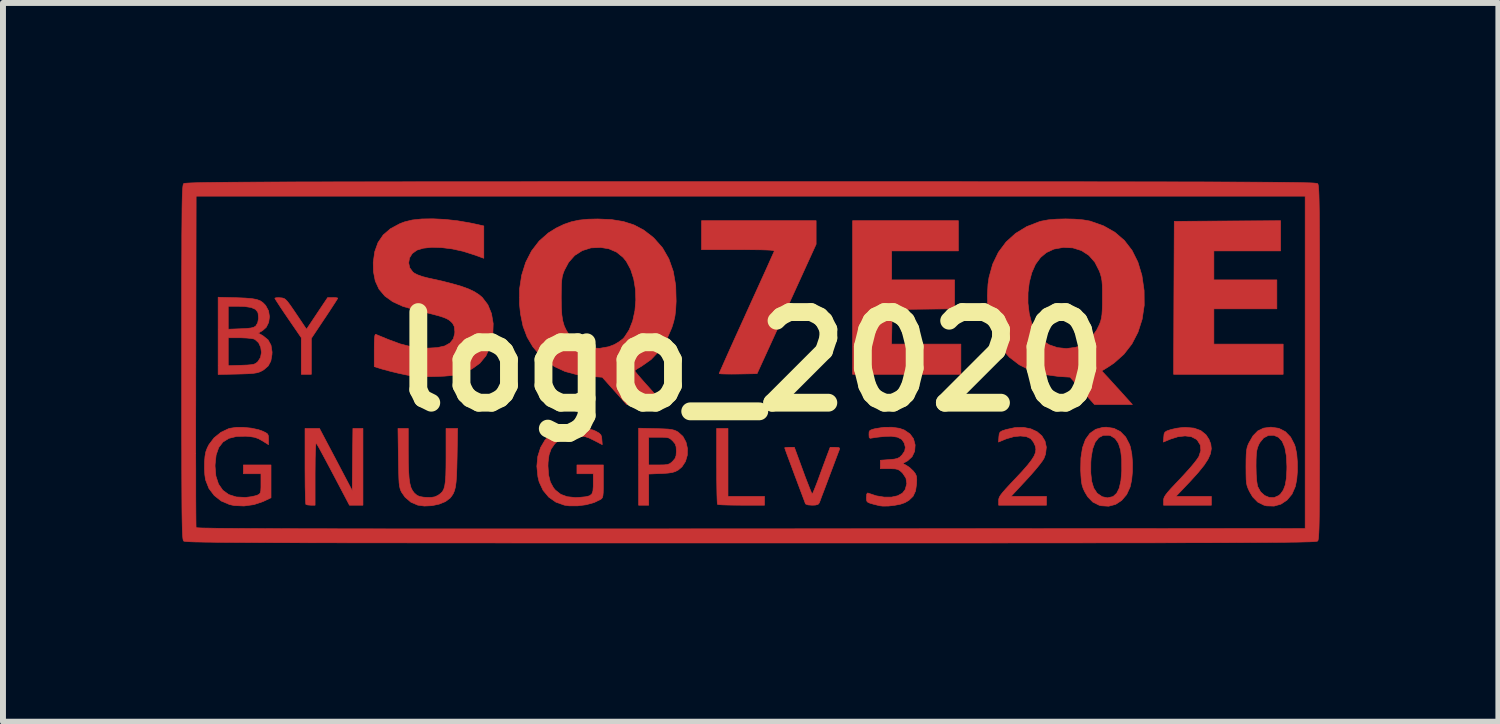
<source format=kicad_pcb>
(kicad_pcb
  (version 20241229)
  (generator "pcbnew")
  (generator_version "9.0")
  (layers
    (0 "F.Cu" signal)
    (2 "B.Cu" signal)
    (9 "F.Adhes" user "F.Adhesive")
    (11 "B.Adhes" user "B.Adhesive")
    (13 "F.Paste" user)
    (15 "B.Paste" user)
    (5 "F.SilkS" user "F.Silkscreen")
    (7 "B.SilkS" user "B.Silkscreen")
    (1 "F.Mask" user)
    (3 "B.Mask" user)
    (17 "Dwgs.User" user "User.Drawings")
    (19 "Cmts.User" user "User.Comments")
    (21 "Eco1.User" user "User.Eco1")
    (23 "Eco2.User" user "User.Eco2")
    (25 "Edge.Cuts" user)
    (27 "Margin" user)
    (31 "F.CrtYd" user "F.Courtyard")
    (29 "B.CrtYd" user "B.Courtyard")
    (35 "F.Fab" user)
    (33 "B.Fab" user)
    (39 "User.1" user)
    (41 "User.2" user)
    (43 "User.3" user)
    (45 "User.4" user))
  (footprint "logo_2020"
    (layer "F.Cu")
    (at 9.572 3.032)
    (property "Reference" "logo_2020" (at 0 0 0) (layer "F.SilkS") (effects (font (size 1.524 1.524) (thickness 0.3))))
    (attr through_hole)
    (fp_poly (pts (xy 3.493 -1.863) (xy 2.371 -1.863) (xy 2.371 -1.376) (xy 3.429 -1.376) (xy 3.429 -0.89) (xy 2.905 -0.884) (xy 2.381 -0.878) (xy 2.369 -0.296) (xy 3.535 -0.296) (xy 3.535 0.212) (xy 1.714 0.212) (xy 1.714 -2.371) (xy 3.493 -2.371) (xy 3.493 -1.863)) (stroke (width 0.01) (type solid)) (fill yes) (layer "F.Cu"))
    (fp_poly (pts (xy 8.911 -1.863) (xy 7.789 -1.863) (xy 7.789 -1.376) (xy 8.848 -1.376) (xy 8.848 -0.889) (xy 7.789 -0.889) (xy 7.789 -0.296) (xy 8.954 -0.296) (xy 8.954 0.212) (xy 7.112 0.212) (xy 7.117 -1.074) (xy 7.123 -2.36) (xy 8.017 -2.366) (xy 8.911 -2.371) (xy 8.911 -1.863)) (stroke (width 0.01) (type solid)) (fill yes) (layer "F.Cu"))
    (fp_poly (pts (xy -0.381 2.265) (xy 0.233 2.265) (xy 0.233 2.413) (xy -0.155 2.413) (xy -0.279 2.412) (xy -0.389 2.41) (xy -0.476 2.407) (xy -0.535 2.403) (xy -0.557 2.399) (xy -0.561 2.375) (xy -0.564 2.314) (xy -0.567 2.221) (xy -0.569 2.103) (xy -0.571 1.963) (xy -0.571 1.807) (xy -0.572 1.753) (xy -0.572 1.122) (xy -0.381 1.122) (xy -0.381 2.265)) (stroke (width 0.01) (type solid)) (fill yes) (layer "F.Cu"))
    (fp_poly (pts (xy -6.974 -1.077) (xy -6.945 -1.071) (xy -6.943 -1.069) (xy -6.954 -1.048) (xy -6.985 -0.999) (xy -7.033 -0.925) (xy -7.093 -0.833) (xy -7.162 -0.729) (xy -7.165 -0.725) (xy -7.387 -0.392) (xy -7.387 0.212) (xy -7.556 0.212) (xy -7.556 -0.404) (xy -7.779 -0.729) (xy -7.849 -0.832) (xy -7.91 -0.923) (xy -7.958 -0.997) (xy -7.99 -1.047) (xy -8.001 -1.068) (xy -7.982 -1.075) (xy -7.935 -1.077) (xy -7.911 -1.075) (xy -7.876 -1.072) (xy -7.847 -1.064) (xy -7.82 -1.046) (xy -7.788 -1.012) (xy -7.747 -0.958) (xy -7.691 -0.877) (xy -7.644 -0.808) (xy -7.468 -0.546) (xy -7.29 -0.813) (xy -7.112 -1.079) (xy -7.027 -1.079) (xy -6.974 -1.077)) (stroke (width 0.01) (type solid)) (fill yes) (layer "F.Cu"))
    (fp_poly (pts (xy -6.519 2.413) (xy -6.746 2.413) (xy -7.016 1.9) (xy -7.088 1.764) (xy -7.154 1.64) (xy -7.211 1.534) (xy -7.257 1.449) (xy -7.29 1.392) (xy -7.305 1.367) (xy -7.305 1.366) (xy -7.31 1.381) (xy -7.315 1.433) (xy -7.319 1.518) (xy -7.322 1.631) (xy -7.323 1.767) (xy -7.324 1.88) (xy -7.324 2.413) (xy -7.394 2.413) (xy -7.447 2.409) (xy -7.478 2.4) (xy -7.479 2.399) (xy -7.482 2.375) (xy -7.486 2.314) (xy -7.488 2.221) (xy -7.491 2.103) (xy -7.492 1.963) (xy -7.493 1.807) (xy -7.493 1.753) (xy -7.493 1.122) (xy -7.371 1.122) (xy -7.25 1.122) (xy -6.974 1.645) (xy -6.699 2.168) (xy -6.694 1.645) (xy -6.688 1.122) (xy -6.519 1.122) (xy -6.519 2.413)) (stroke (width 0.01) (type solid)) (fill yes) (layer "F.Cu"))
    (fp_poly (pts (xy 1.101 -1.975) (xy 0.605 -0.887) (xy 0.108 0.201) (xy -0.21 0.207) (xy -0.321 0.208) (xy -0.415 0.207) (xy -0.485 0.205) (xy -0.524 0.201) (xy -0.529 0.199) (xy -0.521 0.177) (xy -0.496 0.121) (xy -0.457 0.033) (xy -0.406 -0.082) (xy -0.344 -0.221) (xy -0.272 -0.381) (xy -0.192 -0.557) (xy -0.106 -0.746) (xy -0.072 -0.822) (xy 0.016 -1.016) (xy 0.099 -1.198) (xy 0.175 -1.366) (xy 0.243 -1.515) (xy 0.3 -1.642) (xy 0.345 -1.743) (xy 0.377 -1.814) (xy 0.394 -1.851) (xy 0.396 -1.856) (xy 0.392 -1.864) (xy 0.372 -1.871) (xy 0.33 -1.876) (xy 0.264 -1.879) (xy 0.169 -1.882) (xy 0.042 -1.883) (xy -0.123 -1.884) (xy -0.209 -1.884) (xy -0.826 -1.884) (xy -0.826 -2.371) (xy 1.101 -2.371) (xy 1.101 -1.975)) (stroke (width 0.01) (type solid)) (fill yes) (layer "F.Cu"))
    (fp_poly (pts (xy -1.593 1.125) (xy -1.474 1.129) (xy -1.388 1.133) (xy -1.327 1.141) (xy -1.283 1.152) (xy -1.246 1.168) (xy -1.22 1.183) (xy -1.139 1.256) (xy -1.087 1.352) (xy -1.062 1.46) (xy -1.065 1.572) (xy -1.096 1.678) (xy -1.155 1.768) (xy -1.219 1.822) (xy -1.267 1.847) (xy -1.319 1.863) (xy -1.389 1.873) (xy -1.487 1.88) (xy -1.508 1.88) (xy -1.714 1.889) (xy -1.714 2.413) (xy -1.884 2.413) (xy -1.884 1.27) (xy -1.714 1.27) (xy -1.714 1.736) (xy -1.544 1.736) (xy -1.457 1.735) (xy -1.401 1.729) (xy -1.363 1.716) (xy -1.331 1.693) (xy -1.311 1.674) (xy -1.272 1.628) (xy -1.254 1.579) (xy -1.249 1.51) (xy -1.249 1.503) (xy -1.253 1.431) (xy -1.27 1.381) (xy -1.307 1.336) (xy -1.311 1.332) (xy -1.345 1.301) (xy -1.378 1.282) (xy -1.422 1.273) (xy -1.49 1.27) (xy -1.544 1.27) (xy -1.714 1.27) (xy -1.884 1.27) (xy -1.884 1.118) (xy -1.593 1.125)) (stroke (width 0.01) (type solid)) (fill yes) (layer "F.Cu"))
    (fp_poly (pts (xy 7.456 1.117) (xy 7.569 1.158) (xy 7.655 1.227) (xy 7.706 1.304) (xy 7.737 1.384) (xy 7.746 1.463) (xy 7.732 1.547) (xy 7.691 1.639) (xy 7.623 1.743) (xy 7.525 1.864) (xy 7.396 2.007) (xy 7.391 2.012) (xy 7.151 2.265) (xy 7.747 2.265) (xy 7.747 2.413) (xy 6.943 2.413) (xy 6.943 2.337) (xy 6.945 2.308) (xy 6.955 2.277) (xy 6.977 2.241) (xy 7.013 2.194) (xy 7.069 2.131) (xy 7.149 2.046) (xy 7.218 1.974) (xy 7.308 1.876) (xy 7.392 1.783) (xy 7.462 1.699) (xy 7.512 1.633) (xy 7.537 1.594) (xy 7.57 1.492) (xy 7.561 1.401) (xy 7.513 1.323) (xy 7.491 1.303) (xy 7.41 1.261) (xy 7.305 1.248) (xy 7.183 1.262) (xy 7.063 1.3) (xy 6.94 1.351) (xy 6.947 1.263) (xy 6.952 1.214) (xy 6.967 1.184) (xy 7 1.163) (xy 7.063 1.142) (xy 7.07 1.14) (xy 7.161 1.119) (xy 7.264 1.106) (xy 7.313 1.104) (xy 7.456 1.117)) (stroke (width 0.01) (type solid)) (fill yes) (layer "F.Cu"))
    (fp_poly (pts (xy 4.712 1.129) (xy 4.816 1.177) (xy 4.897 1.247) (xy 4.95 1.335) (xy 4.972 1.437) (xy 4.959 1.552) (xy 4.933 1.624) (xy 4.905 1.669) (xy 4.853 1.738) (xy 4.784 1.822) (xy 4.702 1.916) (xy 4.635 1.989) (xy 4.378 2.265) (xy 4.974 2.265) (xy 4.974 2.413) (xy 4.17 2.413) (xy 4.17 2.337) (xy 4.172 2.308) (xy 4.182 2.277) (xy 4.204 2.241) (xy 4.241 2.194) (xy 4.297 2.13) (xy 4.376 2.045) (xy 4.445 1.972) (xy 4.566 1.843) (xy 4.657 1.739) (xy 4.723 1.654) (xy 4.767 1.584) (xy 4.79 1.525) (xy 4.796 1.472) (xy 4.787 1.42) (xy 4.786 1.417) (xy 4.756 1.352) (xy 4.713 1.298) (xy 4.706 1.292) (xy 4.633 1.259) (xy 4.535 1.249) (xy 4.421 1.261) (xy 4.302 1.296) (xy 4.29 1.3) (xy 4.168 1.351) (xy 4.174 1.263) (xy 4.18 1.214) (xy 4.194 1.184) (xy 4.227 1.163) (xy 4.29 1.142) (xy 4.297 1.14) (xy 4.448 1.107) (xy 4.588 1.104) (xy 4.712 1.129)) (stroke (width 0.01) (type solid)) (fill yes) (layer "F.Cu"))
    (fp_poly (pts (xy 0.879 1.831) (xy 0.923 1.951) (xy 0.964 2.056) (xy 0.997 2.14) (xy 1.021 2.198) (xy 1.034 2.222) (xy 1.035 2.222) (xy 1.047 2.204) (xy 1.069 2.153) (xy 1.099 2.078) (xy 1.131 1.995) (xy 1.172 1.882) (xy 1.216 1.762) (xy 1.256 1.655) (xy 1.275 1.603) (xy 1.337 1.439) (xy 1.422 1.439) (xy 1.476 1.442) (xy 1.496 1.453) (xy 1.493 1.476) (xy 1.481 1.507) (xy 1.457 1.57) (xy 1.423 1.66) (xy 1.382 1.77) (xy 1.335 1.894) (xy 1.323 1.926) (xy 1.276 2.052) (xy 1.233 2.166) (xy 1.196 2.262) (xy 1.17 2.333) (xy 1.155 2.372) (xy 1.153 2.376) (xy 1.132 2.4) (xy 1.087 2.411) (xy 1.034 2.413) (xy 0.964 2.408) (xy 0.925 2.393) (xy 0.92 2.387) (xy 0.911 2.36) (xy 0.888 2.299) (xy 0.855 2.211) (xy 0.814 2.102) (xy 0.767 1.976) (xy 0.741 1.908) (xy 0.693 1.778) (xy 0.65 1.662) (xy 0.614 1.566) (xy 0.588 1.494) (xy 0.574 1.454) (xy 0.572 1.447) (xy 0.59 1.442) (xy 0.637 1.439) (xy 0.653 1.439) (xy 0.735 1.439) (xy 0.879 1.831)) (stroke (width 0.01) (type solid)) (fill yes) (layer "F.Cu"))
    (fp_poly (pts (xy -5.757 1.508) (xy -5.756 1.693) (xy -5.751 1.841) (xy -5.743 1.958) (xy -5.73 2.047) (xy -5.712 2.115) (xy -5.687 2.166) (xy -5.656 2.207) (xy -5.653 2.21) (xy -5.61 2.247) (xy -5.564 2.267) (xy -5.5 2.278) (xy -5.456 2.281) (xy -5.371 2.282) (xy -5.311 2.272) (xy -5.259 2.248) (xy -5.253 2.244) (xy -5.214 2.216) (xy -5.183 2.185) (xy -5.16 2.143) (xy -5.144 2.087) (xy -5.133 2.011) (xy -5.126 1.908) (xy -5.123 1.775) (xy -5.122 1.606) (xy -5.122 1.588) (xy -5.122 1.122) (xy -4.928 1.122) (xy -4.936 1.603) (xy -4.94 1.778) (xy -4.945 1.916) (xy -4.953 2.023) (xy -4.964 2.106) (xy -4.98 2.169) (xy -5.001 2.219) (xy -5.029 2.262) (xy -5.054 2.293) (xy -5.132 2.352) (xy -5.238 2.395) (xy -5.36 2.421) (xy -5.487 2.427) (xy -5.597 2.412) (xy -5.713 2.362) (xy -5.811 2.278) (xy -5.869 2.195) (xy -5.884 2.164) (xy -5.895 2.132) (xy -5.904 2.092) (xy -5.911 2.039) (xy -5.915 1.967) (xy -5.918 1.868) (xy -5.921 1.739) (xy -5.923 1.614) (xy -5.93 1.122) (xy -5.757 1.122) (xy -5.757 1.508)) (stroke (width 0.01) (type solid)) (fill yes) (layer "F.Cu"))
    (fp_poly (pts (xy 6.108 1.12) (xy 6.218 1.176) (xy 6.306 1.267) (xy 6.371 1.392) (xy 6.385 1.434) (xy 6.409 1.553) (xy 6.421 1.695) (xy 6.42 1.845) (xy 6.407 1.986) (xy 6.382 2.102) (xy 6.382 2.104) (xy 6.323 2.233) (xy 6.239 2.332) (xy 6.137 2.399) (xy 6.02 2.43) (xy 5.894 2.422) (xy 5.859 2.413) (xy 5.753 2.36) (xy 5.667 2.271) (xy 5.617 2.187) (xy 5.59 2.128) (xy 5.572 2.071) (xy 5.561 2.005) (xy 5.554 1.918) (xy 5.552 1.871) (xy 5.719 1.871) (xy 5.735 2.014) (xy 5.769 2.125) (xy 5.823 2.207) (xy 5.832 2.216) (xy 5.911 2.27) (xy 6.001 2.289) (xy 6.088 2.269) (xy 6.097 2.264) (xy 6.155 2.212) (xy 6.198 2.125) (xy 6.226 2.001) (xy 6.24 1.839) (xy 6.24 1.832) (xy 6.239 1.641) (xy 6.221 1.488) (xy 6.184 1.372) (xy 6.128 1.291) (xy 6.054 1.245) (xy 6.023 1.237) (xy 5.93 1.238) (xy 5.854 1.277) (xy 5.793 1.354) (xy 5.75 1.468) (xy 5.725 1.619) (xy 5.72 1.693) (xy 5.719 1.871) (xy 5.552 1.871) (xy 5.549 1.826) (xy 5.553 1.619) (xy 5.58 1.446) (xy 5.63 1.308) (xy 5.704 1.205) (xy 5.801 1.137) (xy 5.921 1.104) (xy 5.98 1.101) (xy 6.108 1.12)) (stroke (width 0.01) (type solid)) (fill yes) (layer "F.Cu"))
    (fp_poly (pts (xy -8.397 1.117) (xy -8.279 1.142) (xy -8.218 1.163) (xy -8.155 1.192) (xy -8.122 1.216) (xy -8.109 1.248) (xy -8.107 1.299) (xy -8.107 1.303) (xy -8.107 1.395) (xy -8.213 1.329) (xy -8.279 1.293) (xy -8.341 1.271) (xy -8.417 1.259) (xy -8.486 1.253) (xy -8.645 1.257) (xy -8.774 1.289) (xy -8.873 1.351) (xy -8.944 1.443) (xy -8.988 1.568) (xy -9.005 1.725) (xy -9.006 1.756) (xy -8.992 1.922) (xy -8.948 2.057) (xy -8.876 2.161) (xy -8.776 2.234) (xy -8.65 2.274) (xy -8.498 2.282) (xy -8.477 2.28) (xy -8.397 2.27) (xy -8.326 2.254) (xy -8.292 2.243) (xy -8.263 2.227) (xy -8.246 2.206) (xy -8.237 2.171) (xy -8.234 2.11) (xy -8.234 2.05) (xy -8.234 1.884) (xy -8.53 1.884) (xy -8.53 1.736) (xy -8.065 1.736) (xy -8.065 2.288) (xy -8.198 2.351) (xy -8.352 2.403) (xy -8.519 2.426) (xy -8.683 2.419) (xy -8.762 2.402) (xy -8.903 2.342) (xy -9.02 2.249) (xy -9.109 2.131) (xy -9.164 1.991) (xy -9.167 1.98) (xy -9.178 1.902) (xy -9.184 1.802) (xy -9.183 1.7) (xy -9.183 1.689) (xy -9.175 1.589) (xy -9.161 1.514) (xy -9.137 1.45) (xy -9.109 1.395) (xy -9.023 1.281) (xy -8.908 1.188) (xy -8.778 1.126) (xy -8.756 1.12) (xy -8.653 1.104) (xy -8.528 1.104) (xy -8.397 1.117)) (stroke (width 0.01) (type solid)) (fill yes) (layer "F.Cu"))
    (fp_poly (pts (xy -2.767 1.118) (xy -2.645 1.151) (xy -2.612 1.165) (xy -2.552 1.198) (xy -2.52 1.227) (xy -2.506 1.264) (xy -2.502 1.306) (xy -2.495 1.395) (xy -2.636 1.322) (xy -2.718 1.282) (xy -2.784 1.26) (xy -2.856 1.251) (xy -2.934 1.249) (xy -3.059 1.256) (xy -3.154 1.278) (xy -3.231 1.321) (xy -3.296 1.383) (xy -3.355 1.468) (xy -3.39 1.567) (xy -3.406 1.69) (xy -3.408 1.753) (xy -3.398 1.904) (xy -3.368 2.024) (xy -3.315 2.121) (xy -3.283 2.159) (xy -3.193 2.23) (xy -3.084 2.27) (xy -2.949 2.284) (xy -2.878 2.281) (xy -2.776 2.271) (xy -2.71 2.255) (xy -2.671 2.225) (xy -2.652 2.174) (xy -2.646 2.094) (xy -2.646 2.052) (xy -2.646 1.884) (xy -2.921 1.884) (xy -2.921 1.736) (xy -2.477 1.736) (xy -2.477 2.01) (xy -2.477 2.123) (xy -2.479 2.201) (xy -2.484 2.252) (xy -2.492 2.283) (xy -2.506 2.303) (xy -2.524 2.316) (xy -2.632 2.368) (xy -2.765 2.405) (xy -2.91 2.424) (xy -3.051 2.424) (xy -3.132 2.412) (xy -3.274 2.362) (xy -3.395 2.277) (xy -3.49 2.163) (xy -3.556 2.022) (xy -3.577 1.936) (xy -3.595 1.758) (xy -3.579 1.592) (xy -3.532 1.443) (xy -3.457 1.316) (xy -3.355 1.216) (xy -3.228 1.146) (xy -3.184 1.131) (xy -3.052 1.107) (xy -2.908 1.102) (xy -2.767 1.118)) (stroke (width 0.01) (type solid)) (fill yes) (layer "F.Cu"))
    (fp_poly (pts (xy 8.881 1.12) (xy 8.991 1.176) (xy 9.079 1.267) (xy 9.144 1.392) (xy 9.158 1.434) (xy 9.182 1.549) (xy 9.193 1.688) (xy 9.194 1.836) (xy 9.183 1.976) (xy 9.16 2.093) (xy 9.158 2.1) (xy 9.102 2.228) (xy 9.019 2.327) (xy 8.917 2.395) (xy 8.801 2.428) (xy 8.676 2.424) (xy 8.632 2.413) (xy 8.527 2.361) (xy 8.441 2.273) (xy 8.389 2.185) (xy 8.365 2.134) (xy 8.348 2.089) (xy 8.338 2.041) (xy 8.332 1.98) (xy 8.33 1.896) (xy 8.329 1.78) (xy 8.329 1.767) (xy 8.329 1.757) (xy 8.498 1.757) (xy 8.501 1.892) (xy 8.509 2.002) (xy 8.521 2.08) (xy 8.526 2.1) (xy 8.575 2.189) (xy 8.643 2.25) (xy 8.722 2.283) (xy 8.804 2.284) (xy 8.881 2.25) (xy 8.911 2.223) (xy 8.957 2.158) (xy 8.989 2.073) (xy 9.008 1.962) (xy 9.016 1.818) (xy 9.017 1.761) (xy 9.008 1.583) (xy 8.982 1.443) (xy 8.938 1.339) (xy 8.876 1.271) (xy 8.795 1.237) (xy 8.794 1.237) (xy 8.705 1.24) (xy 8.625 1.282) (xy 8.561 1.361) (xy 8.544 1.393) (xy 8.524 1.442) (xy 8.511 1.493) (xy 8.503 1.557) (xy 8.499 1.642) (xy 8.498 1.757) (xy 8.329 1.757) (xy 8.33 1.645) (xy 8.333 1.556) (xy 8.339 1.491) (xy 8.349 1.44) (xy 8.365 1.394) (xy 8.378 1.366) (xy 8.447 1.246) (xy 8.527 1.164) (xy 8.624 1.117) (xy 8.744 1.101) (xy 8.752 1.101) (xy 8.881 1.12)) (stroke (width 0.01) (type solid)) (fill yes) (layer "F.Cu"))
    (fp_poly (pts (xy -8.641 -1.076) (xy -8.498 -1.07) (xy -8.389 -1.061) (xy -8.308 -1.047) (xy -8.248 -1.025) (xy -8.201 -0.993) (xy -8.159 -0.95) (xy -8.152 -0.94) (xy -8.106 -0.854) (xy -8.091 -0.757) (xy -8.104 -0.662) (xy -8.145 -0.579) (xy -8.205 -0.525) (xy -8.279 -0.481) (xy -8.2 -0.436) (xy -8.115 -0.368) (xy -8.065 -0.277) (xy -8.047 -0.162) (xy -8.049 -0.121) (xy -8.068 -0.011) (xy -8.112 0.071) (xy -8.187 0.136) (xy -8.224 0.157) (xy -8.263 0.175) (xy -8.307 0.187) (xy -8.365 0.196) (xy -8.444 0.202) (xy -8.553 0.206) (xy -8.631 0.208) (xy -8.954 0.215) (xy -8.954 -0.402) (xy -8.784 -0.402) (xy -8.784 0.067) (xy -8.562 0.06) (xy -8.462 0.056) (xy -8.394 0.05) (xy -8.349 0.041) (xy -8.317 0.025) (xy -8.29 0.002) (xy -8.285 -0.002) (xy -8.241 -0.072) (xy -8.226 -0.156) (xy -8.238 -0.242) (xy -8.273 -0.318) (xy -8.332 -0.372) (xy -8.353 -0.382) (xy -8.398 -0.391) (xy -8.472 -0.398) (xy -8.561 -0.402) (xy -8.595 -0.402) (xy -8.784 -0.402) (xy -8.954 -0.402) (xy -8.954 -0.931) (xy -8.784 -0.931) (xy -8.784 -0.546) (xy -8.575 -0.554) (xy -8.472 -0.559) (xy -8.402 -0.567) (xy -8.356 -0.579) (xy -8.324 -0.598) (xy -8.321 -0.601) (xy -8.289 -0.654) (xy -8.275 -0.728) (xy -8.281 -0.806) (xy -8.289 -0.835) (xy -8.327 -0.881) (xy -8.401 -0.912) (xy -8.513 -0.929) (xy -8.603 -0.931) (xy -8.784 -0.931) (xy -8.954 -0.931) (xy -8.954 -1.084) (xy -8.641 -1.076)) (stroke (width 0.01) (type solid)) (fill yes) (layer "F.Cu"))
    (fp_poly (pts (xy 2.502 1.12) (xy 2.582 1.148) (xy 2.678 1.213) (xy 2.738 1.294) (xy 2.765 1.396) (xy 2.766 1.4) (xy 2.758 1.506) (xy 2.714 1.598) (xy 2.639 1.667) (xy 2.626 1.674) (xy 2.557 1.711) (xy 2.62 1.744) (xy 2.676 1.782) (xy 2.732 1.835) (xy 2.741 1.845) (xy 2.772 1.887) (xy 2.788 1.926) (xy 2.793 1.98) (xy 2.79 2.053) (xy 2.773 2.173) (xy 2.731 2.263) (xy 2.661 2.331) (xy 2.594 2.37) (xy 2.519 2.396) (xy 2.421 2.415) (xy 2.316 2.427) (xy 2.222 2.428) (xy 2.17 2.422) (xy 2.072 2.398) (xy 2.008 2.38) (xy 1.971 2.364) (xy 1.953 2.344) (xy 1.948 2.316) (xy 1.947 2.281) (xy 1.952 2.226) (xy 1.967 2.207) (xy 1.974 2.209) (xy 2.112 2.255) (xy 2.246 2.277) (xy 2.368 2.277) (xy 2.472 2.254) (xy 2.552 2.21) (xy 2.599 2.149) (xy 2.626 2.049) (xy 2.611 1.957) (xy 2.555 1.873) (xy 2.553 1.871) (xy 2.512 1.833) (xy 2.476 1.812) (xy 2.43 1.802) (xy 2.36 1.799) (xy 2.33 1.799) (xy 2.18 1.799) (xy 2.18 1.657) (xy 2.333 1.646) (xy 2.415 1.638) (xy 2.468 1.626) (xy 2.506 1.606) (xy 2.541 1.572) (xy 2.544 1.569) (xy 2.59 1.503) (xy 2.601 1.439) (xy 2.583 1.368) (xy 2.541 1.306) (xy 2.469 1.269) (xy 2.364 1.253) (xy 2.266 1.256) (xy 2.18 1.264) (xy 2.102 1.273) (xy 2.05 1.282) (xy 2.048 1.282) (xy 2.009 1.288) (xy 1.993 1.273) (xy 1.99 1.227) (xy 1.99 1.223) (xy 1.992 1.18) (xy 2.007 1.155) (xy 2.044 1.139) (xy 2.097 1.125) (xy 2.24 1.103) (xy 2.379 1.102) (xy 2.502 1.12)) (stroke (width 0.01) (type solid)) (fill yes) (layer "F.Cu"))
    (fp_poly (pts (xy 5.45 -2.397) (xy 5.591 -2.385) (xy 5.706 -2.365) (xy 5.715 -2.362) (xy 5.935 -2.284) (xy 6.125 -2.176) (xy 6.284 -2.039) (xy 6.413 -1.872) (xy 6.511 -1.676) (xy 6.579 -1.451) (xy 6.616 -1.196) (xy 6.616 -1.196) (xy 6.618 -0.948) (xy 6.583 -0.714) (xy 6.513 -0.496) (xy 6.411 -0.299) (xy 6.276 -0.125) (xy 6.111 0.022) (xy 6.028 0.078) (xy 5.904 0.155) (xy 5.975 0.231) (xy 6.017 0.276) (xy 6.078 0.344) (xy 6.152 0.425) (xy 6.23 0.51) (xy 6.232 0.513) (xy 6.419 0.72) (xy 5.782 0.72) (xy 5.576 0.49) (xy 5.371 0.26) (xy 5.178 0.248) (xy 4.932 0.214) (xy 4.711 0.149) (xy 4.517 0.052) (xy 4.35 -0.076) (xy 4.212 -0.233) (xy 4.105 -0.419) (xy 4.051 -0.559) (xy 4.011 -0.723) (xy 3.988 -0.912) (xy 3.985 -0.985) (xy 4.663 -0.985) (xy 4.684 -0.812) (xy 4.724 -0.651) (xy 4.786 -0.509) (xy 4.867 -0.395) (xy 4.894 -0.369) (xy 5.016 -0.286) (xy 5.157 -0.237) (xy 5.308 -0.221) (xy 5.46 -0.241) (xy 5.556 -0.274) (xy 5.65 -0.333) (xy 5.741 -0.423) (xy 5.818 -0.532) (xy 5.865 -0.626) (xy 5.885 -0.68) (xy 5.898 -0.732) (xy 5.907 -0.791) (xy 5.912 -0.867) (xy 5.915 -0.968) (xy 5.915 -1.069) (xy 5.915 -1.196) (xy 5.913 -1.29) (xy 5.907 -1.362) (xy 5.897 -1.419) (xy 5.882 -1.473) (xy 5.864 -1.524) (xy 5.788 -1.673) (xy 5.687 -1.788) (xy 5.562 -1.869) (xy 5.417 -1.914) (xy 5.253 -1.922) (xy 5.252 -1.921) (xy 5.1 -1.894) (xy 4.973 -1.835) (xy 4.875 -1.753) (xy 4.79 -1.638) (xy 4.727 -1.496) (xy 4.685 -1.334) (xy 4.664 -1.161) (xy 4.663 -0.985) (xy 3.985 -0.985) (xy 3.981 -1.11) (xy 3.991 -1.303) (xy 4.008 -1.418) (xy 4.07 -1.641) (xy 4.166 -1.84) (xy 4.295 -2.013) (xy 4.454 -2.157) (xy 4.642 -2.272) (xy 4.856 -2.355) (xy 4.889 -2.364) (xy 5.002 -2.385) (xy 5.142 -2.397) (xy 5.296 -2.401) (xy 5.45 -2.397)) (stroke (width 0.01) (type solid)) (fill yes) (layer "F.Cu"))
    (fp_poly (pts (xy -5.142 -2.393) (xy -4.93 -2.37) (xy -4.715 -2.333) (xy -4.63 -2.315) (xy -4.487 -2.283) (xy -4.487 -1.739) (xy -4.654 -1.799) (xy -4.837 -1.857) (xy -5.02 -1.897) (xy -5.197 -1.919) (xy -5.36 -1.924) (xy -5.501 -1.909) (xy -5.612 -1.876) (xy -5.614 -1.874) (xy -5.69 -1.819) (xy -5.736 -1.745) (xy -5.75 -1.662) (xy -5.733 -1.58) (xy -5.682 -1.51) (xy -5.655 -1.489) (xy -5.6 -1.461) (xy -5.519 -1.432) (xy -5.43 -1.409) (xy -5.422 -1.407) (xy -5.199 -1.358) (xy -5.014 -1.311) (xy -4.862 -1.267) (xy -4.739 -1.222) (xy -4.642 -1.175) (xy -4.565 -1.125) (xy -4.513 -1.081) (xy -4.419 -0.958) (xy -4.358 -0.81) (xy -4.329 -0.641) (xy -4.335 -0.455) (xy -4.338 -0.434) (xy -4.38 -0.252) (xy -4.451 -0.099) (xy -4.553 0.025) (xy -4.687 0.122) (xy -4.854 0.193) (xy -4.973 0.224) (xy -5.048 0.234) (xy -5.152 0.243) (xy -5.275 0.248) (xy -5.404 0.251) (xy -5.526 0.25) (xy -5.629 0.246) (xy -5.694 0.24) (xy -5.798 0.221) (xy -5.924 0.194) (xy -6.052 0.163) (xy -6.164 0.133) (xy -6.197 0.124) (xy -6.329 0.083) (xy -6.329 -0.194) (xy -6.328 -0.311) (xy -6.325 -0.391) (xy -6.319 -0.439) (xy -6.31 -0.459) (xy -6.302 -0.46) (xy -6.272 -0.447) (xy -6.213 -0.423) (xy -6.135 -0.391) (xy -6.092 -0.373) (xy -5.894 -0.3) (xy -5.712 -0.253) (xy -5.533 -0.231) (xy -5.429 -0.228) (xy -5.268 -0.237) (xy -5.144 -0.265) (xy -5.055 -0.315) (xy -4.999 -0.385) (xy -4.975 -0.478) (xy -4.974 -0.507) (xy -4.983 -0.591) (xy -5.013 -0.648) (xy -5.017 -0.652) (xy -5.046 -0.68) (xy -5.077 -0.704) (xy -5.116 -0.726) (xy -5.169 -0.747) (xy -5.241 -0.77) (xy -5.338 -0.796) (xy -5.465 -0.828) (xy -5.627 -0.866) (xy -5.641 -0.869) (xy -5.849 -0.931) (xy -6.018 -1.008) (xy -6.151 -1.104) (xy -6.249 -1.22) (xy -6.312 -1.357) (xy -6.343 -1.517) (xy -6.346 -1.669) (xy -6.321 -1.849) (xy -6.266 -2.003) (xy -6.179 -2.131) (xy -6.057 -2.236) (xy -5.899 -2.321) (xy -5.817 -2.352) (xy -5.69 -2.383) (xy -5.53 -2.4) (xy -5.345 -2.403) (xy -5.142 -2.393)) (stroke (width 0.01) (type solid)) (fill yes) (layer "F.Cu"))
    (fp_poly (pts (xy -2.34 -2.39) (xy -2.139 -2.357) (xy -1.962 -2.3) (xy -1.802 -2.216) (xy -1.654 -2.103) (xy -1.623 -2.075) (xy -1.482 -1.915) (xy -1.375 -1.729) (xy -1.301 -1.518) (xy -1.26 -1.281) (xy -1.253 -1.017) (xy -1.254 -0.996) (xy -1.261 -0.869) (xy -1.273 -0.768) (xy -1.293 -0.677) (xy -1.323 -0.58) (xy -1.326 -0.571) (xy -1.416 -0.365) (xy -1.533 -0.185) (xy -1.675 -0.036) (xy -1.837 0.078) (xy -1.856 0.089) (xy -1.909 0.12) (xy -1.942 0.145) (xy -1.947 0.154) (xy -1.934 0.174) (xy -1.897 0.22) (xy -1.841 0.285) (xy -1.772 0.364) (xy -1.742 0.397) (xy -1.665 0.483) (xy -1.595 0.561) (xy -1.538 0.624) (xy -1.502 0.665) (xy -1.495 0.672) (xy -1.453 0.72) (xy -2.085 0.72) (xy -2.29 0.49) (xy -2.495 0.261) (xy -2.692 0.247) (xy -2.922 0.218) (xy -3.122 0.164) (xy -3.298 0.082) (xy -3.456 -0.03) (xy -3.537 -0.104) (xy -3.662 -0.251) (xy -3.758 -0.413) (xy -3.827 -0.596) (xy -3.87 -0.805) (xy -3.887 -0.974) (xy -3.886 -1.079) (xy -3.185 -1.079) (xy -3.183 -0.917) (xy -3.175 -0.789) (xy -3.159 -0.686) (xy -3.134 -0.6) (xy -3.097 -0.523) (xy -3.048 -0.447) (xy -2.949 -0.345) (xy -2.826 -0.273) (xy -2.686 -0.232) (xy -2.538 -0.225) (xy -2.387 -0.252) (xy -2.292 -0.288) (xy -2.219 -0.331) (xy -2.152 -0.381) (xy -2.125 -0.409) (xy -2.043 -0.535) (xy -1.983 -0.687) (xy -1.946 -0.857) (xy -1.931 -1.036) (xy -1.937 -1.217) (xy -1.966 -1.391) (xy -2.017 -1.55) (xy -2.09 -1.686) (xy -2.144 -1.753) (xy -2.255 -1.843) (xy -2.385 -1.899) (xy -2.521 -1.921) (xy -2.685 -1.914) (xy -2.831 -1.868) (xy -2.958 -1.787) (xy -3.061 -1.671) (xy -3.134 -1.533) (xy -3.154 -1.48) (xy -3.168 -1.43) (xy -3.176 -1.372) (xy -3.182 -1.299) (xy -3.184 -1.201) (xy -3.185 -1.079) (xy -3.886 -1.079) (xy -3.886 -1.222) (xy -3.85 -1.455) (xy -3.783 -1.669) (xy -3.685 -1.861) (xy -3.557 -2.028) (xy -3.402 -2.165) (xy -3.27 -2.247) (xy -3.139 -2.31) (xy -3.014 -2.353) (xy -2.884 -2.381) (xy -2.735 -2.396) (xy -2.572 -2.4) (xy -2.34 -2.39)) (stroke (width 0.01) (type solid)) (fill yes) (layer "F.Cu"))
    (fp_poly (pts (xy 0.76 -3.027) (xy 1.479 -3.027) (xy 2.158 -3.027) (xy 2.798 -3.027) (xy 3.4 -3.027) (xy 3.965 -3.026) (xy 4.495 -3.026) (xy 4.991 -3.026) (xy 5.453 -3.026) (xy 5.884 -3.025) (xy 6.283 -3.025) (xy 6.652 -3.024) (xy 6.993 -3.024) (xy 7.306 -3.023) (xy 7.593 -3.023) (xy 7.855 -3.022) (xy 8.092 -3.021) (xy 8.306 -3.02) (xy 8.499 -3.019) (xy 8.671 -3.018) (xy 8.823 -3.017) (xy 8.957 -3.016) (xy 9.073 -3.014) (xy 9.173 -3.013) (xy 9.258 -3.011) (xy 9.329 -3.009) (xy 9.388 -3.008) (xy 9.435 -3.006) (xy 9.471 -3.004) (xy 9.498 -3.001) (xy 9.517 -2.999) (xy 9.528 -2.996) (xy 9.534 -2.994) (xy 9.534 -2.994) (xy 9.539 -2.986) (xy 9.543 -2.971) (xy 9.547 -2.948) (xy 9.55 -2.913) (xy 9.553 -2.866) (xy 9.556 -2.803) (xy 9.558 -2.724) (xy 9.56 -2.625) (xy 9.562 -2.505) (xy 9.563 -2.361) (xy 9.564 -2.193) (xy 9.565 -1.997) (xy 9.566 -1.771) (xy 9.566 -1.514) (xy 9.567 -1.224) (xy 9.567 -0.898) (xy 9.567 -0.535) (xy 9.567 -0.132) (xy 9.567 0.011) (xy 9.567 0.427) (xy 9.567 0.803) (xy 9.567 1.141) (xy 9.567 1.443) (xy 9.566 1.711) (xy 9.565 1.946) (xy 9.565 2.152) (xy 9.563 2.329) (xy 9.562 2.481) (xy 9.561 2.608) (xy 9.559 2.714) (xy 9.557 2.8) (xy 9.554 2.868) (xy 9.551 2.92) (xy 9.548 2.959) (xy 9.544 2.986) (xy 9.54 3.003) (xy 9.536 3.013) (xy 9.534 3.015) (xy 9.529 3.017) (xy 9.518 3.02) (xy 9.499 3.022) (xy 9.473 3.025) (xy 9.437 3.027) (xy 9.391 3.029) (xy 9.334 3.03) (xy 9.263 3.032) (xy 9.179 3.034) (xy 9.08 3.035) (xy 8.965 3.037) (xy 8.832 3.038) (xy 8.681 3.039) (xy 8.511 3.04) (xy 8.32 3.041) (xy 8.107 3.042) (xy 7.871 3.043) (xy 7.611 3.044) (xy 7.326 3.044) (xy 7.014 3.045) (xy 6.675 3.046) (xy 6.308 3.046) (xy 5.911 3.046) (xy 5.482 3.047) (xy 5.022 3.047) (xy 4.529 3.047) (xy 4.001 3.048) (xy 3.438 3.048) (xy 2.838 3.048) (xy 2.201 3.048) (xy 1.524 3.048) (xy 0.808 3.048) (xy 0.051 3.048) (xy 0 3.048) (xy -0.76 3.048) (xy -1.479 3.048) (xy -2.158 3.048) (xy -2.798 3.048) (xy -3.4 3.048) (xy -3.965 3.048) (xy -4.495 3.047) (xy -4.991 3.047) (xy -5.453 3.047) (xy -5.884 3.046) (xy -6.283 3.046) (xy -6.652 3.046) (xy -6.993 3.045) (xy -7.306 3.045) (xy -7.593 3.044) (xy -7.855 3.043) (xy -8.092 3.042) (xy -8.306 3.041) (xy -8.499 3.04) (xy -8.671 3.039) (xy -8.823 3.038) (xy -8.957 3.037) (xy -9.073 3.035) (xy -9.173 3.034) (xy -9.258 3.032) (xy -9.329 3.031) (xy -9.388 3.029) (xy -9.435 3.027) (xy -9.471 3.025) (xy -9.498 3.022) (xy -9.517 3.02) (xy -9.528 3.018) (xy -9.534 3.015) (xy -9.534 3.015) (xy -9.539 3.007) (xy -9.543 2.993) (xy -9.547 2.969) (xy -9.55 2.935) (xy -9.553 2.887) (xy -9.556 2.824) (xy -9.558 2.745) (xy -9.56 2.646) (xy -9.562 2.526) (xy -9.563 2.382) (xy -9.564 2.214) (xy -9.565 2.018) (xy -9.566 1.792) (xy -9.566 1.536) (xy -9.567 1.268) (xy -9.331 1.268) (xy -9.331 1.546) (xy -9.33 1.803) (xy -9.33 2.036) (xy -9.33 2.242) (xy -9.329 2.419) (xy -9.328 2.564) (xy -9.327 2.676) (xy -9.326 2.75) (xy -9.325 2.786) (xy -9.325 2.789) (xy -9.317 2.791) (xy -9.293 2.793) (xy -9.254 2.795) (xy -9.197 2.797) (xy -9.122 2.798) (xy -9.028 2.8) (xy -8.913 2.802) (xy -8.778 2.803) (xy -8.62 2.804) (xy -8.439 2.805) (xy -8.233 2.806) (xy -8.003 2.807) (xy -7.746 2.808) (xy -7.462 2.809) (xy -7.15 2.809) (xy -6.809 2.81) (xy -6.437 2.81) (xy -6.034 2.811) (xy -5.599 2.811) (xy -5.13 2.811) (xy -4.628 2.811) (xy -4.09 2.811) (xy -3.516 2.811) (xy -2.905 2.811) (xy -2.255 2.811) (xy -1.566 2.811) (xy -0.837 2.81) (xy -0.067 2.81) (xy 0.005 2.81) (xy 9.324 2.805) (xy 9.324 -2.783) (xy -9.324 -2.783) (xy -9.329 -0.011) (xy -9.33 0.329) (xy -9.33 0.657) (xy -9.331 0.971) (xy -9.331 1.268) (xy -9.567 1.268) (xy -9.567 1.245) (xy -9.567 0.92) (xy -9.567 0.556) (xy -9.567 0.153) (xy -9.567 0.011) (xy -9.567 -0.406) (xy -9.567 -0.782) (xy -9.567 -1.12) (xy -9.567 -1.422) (xy -9.566 -1.69) (xy -9.565 -1.925) (xy -9.565 -2.131) (xy -9.563 -2.308) (xy -9.562 -2.46) (xy -9.561 -2.587) (xy -9.559 -2.693) (xy -9.557 -2.779) (xy -9.554 -2.847) (xy -9.551 -2.899) (xy -9.548 -2.938) (xy -9.544 -2.965) (xy -9.54 -2.982) (xy -9.536 -2.992) (xy -9.534 -2.994) (xy -9.529 -2.996) (xy -9.518 -2.999) (xy -9.499 -3.001) (xy -9.473 -3.003) (xy -9.437 -3.005) (xy -9.391 -3.007) (xy -9.334 -3.009) (xy -9.263 -3.011) (xy -9.179 -3.013) (xy -9.08 -3.014) (xy -8.965 -3.016) (xy -8.832 -3.017) (xy -8.681 -3.018) (xy -8.511 -3.019) (xy -8.32 -3.02) (xy -8.107 -3.021) (xy -7.871 -3.022) (xy -7.611 -3.023) (xy -7.326 -3.023) (xy -7.014 -3.024) (xy -6.675 -3.024) (xy -6.308 -3.025) (xy -5.911 -3.025) (xy -5.482 -3.026) (xy -5.022 -3.026) (xy -4.529 -3.026) (xy -4.001 -3.026) (xy -3.438 -3.027) (xy -2.838 -3.027) (xy -2.201 -3.027) (xy -1.524 -3.027) (xy -0.808 -3.027) (xy -0.051 -3.027) (xy 0 -3.027) (xy 0.76 -3.027)) (stroke (width 0.01) (type solid)) (fill yes) (layer "F.Cu")))
  (gr_rect
    (start -3 -3)
    (end 22.145 9.085)
    (stroke (width 0.1) (type default))
    (fill no)
    (layer "Edge.Cuts")))
</source>
